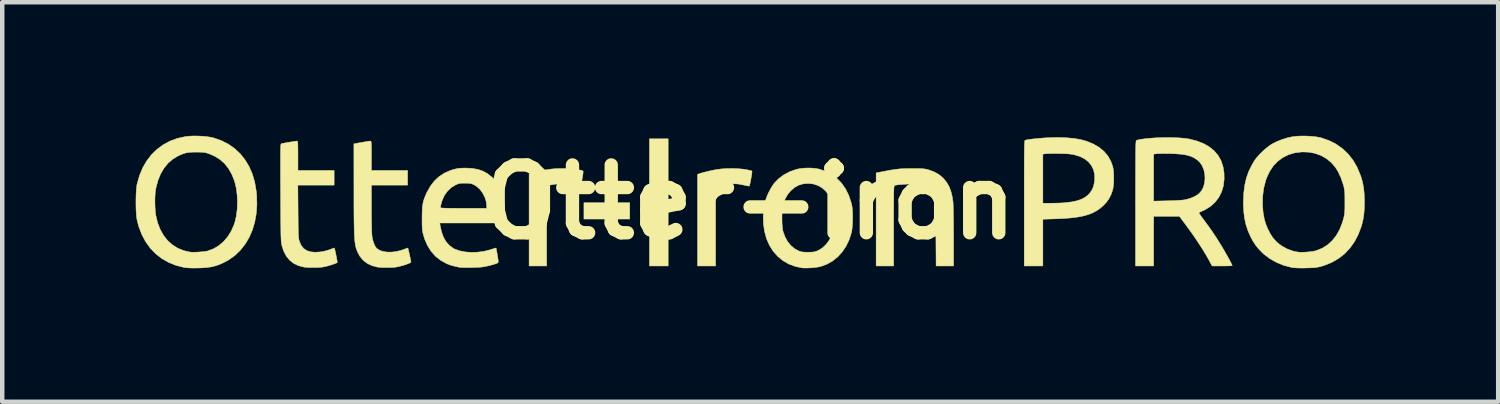
<source format=kicad_pcb>
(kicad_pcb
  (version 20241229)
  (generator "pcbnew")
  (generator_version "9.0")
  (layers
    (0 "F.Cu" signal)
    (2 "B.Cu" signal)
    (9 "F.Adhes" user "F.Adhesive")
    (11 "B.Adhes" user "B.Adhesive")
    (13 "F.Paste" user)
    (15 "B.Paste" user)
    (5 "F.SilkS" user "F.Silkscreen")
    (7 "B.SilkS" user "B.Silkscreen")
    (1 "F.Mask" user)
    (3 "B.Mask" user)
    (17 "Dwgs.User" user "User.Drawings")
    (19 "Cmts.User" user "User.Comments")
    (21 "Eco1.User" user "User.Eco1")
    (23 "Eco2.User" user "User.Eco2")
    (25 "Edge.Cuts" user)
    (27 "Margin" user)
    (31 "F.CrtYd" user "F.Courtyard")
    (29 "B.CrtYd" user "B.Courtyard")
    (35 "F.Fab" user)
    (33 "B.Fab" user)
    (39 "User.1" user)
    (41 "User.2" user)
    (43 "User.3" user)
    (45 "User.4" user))
  (footprint "Otter-iron"
    (layer "F.Cu")
    (at 13.805 1.491)
    (property "Reference" "Otter-iron" (at 0 0 0) (layer "F.SilkS") (effects (font (size 1.524 1.524) (thickness 0.3))))
    (attr through_hole)
    (fp_poly (pts (xy -2.705 0.381) (xy -3.734 0.381) (xy -3.734 0.013) (xy -2.705 0.013) (xy -2.705 0.381)) (stroke (width 0.01) (type solid)) (fill yes) (layer "F.SilkS"))
    (fp_poly (pts (xy -1.841 1.435) (xy -2.261 1.435) (xy -2.261 -1.422) (xy -1.841 -1.422) (xy -1.841 1.435)) (stroke (width 0.01) (type solid)) (fill yes) (layer "F.SilkS"))
    (fp_poly (pts (xy -4.137 -0.753) (xy -4.05 -0.748) (xy -3.967 -0.741) (xy -3.892 -0.732) (xy -3.828 -0.722) (xy -3.781 -0.711) (xy -3.755 -0.699) (xy -3.754 -0.698) (xy -3.752 -0.681) (xy -3.754 -0.644) (xy -3.762 -0.589) (xy -3.773 -0.524) (xy -3.786 -0.456) (xy -3.797 -0.409) (xy -3.809 -0.381) (xy -3.826 -0.367) (xy -3.854 -0.366) (xy -3.895 -0.375) (xy -3.95 -0.388) (xy -4.043 -0.403) (xy -4.15 -0.411) (xy -4.264 -0.411) (xy -4.372 -0.403) (xy -4.461 -0.389) (xy -4.572 -0.364) (xy -4.572 1.435) (xy -4.966 1.435) (xy -4.966 -0.632) (xy -4.816 -0.671) (xy -4.695 -0.702) (xy -4.589 -0.724) (xy -4.493 -0.739) (xy -4.397 -0.749) (xy -4.294 -0.754) (xy -4.223 -0.754) (xy -4.137 -0.753)) (stroke (width 0.01) (type solid)) (fill yes) (layer "F.SilkS"))
    (fp_poly (pts (xy -0.269 -0.75) (xy -0.154 -0.74) (xy -0.102 -0.732) (xy -0.046 -0.721) (xy 0.001 -0.711) (xy 0.032 -0.702) (xy 0.042 -0.698) (xy 0.043 -0.684) (xy 0.04 -0.65) (xy 0.033 -0.604) (xy 0.024 -0.549) (xy 0.014 -0.492) (xy 0.003 -0.439) (xy -0.006 -0.396) (xy -0.014 -0.367) (xy -0.017 -0.36) (xy -0.031 -0.36) (xy -0.062 -0.366) (xy -0.097 -0.374) (xy -0.271 -0.407) (xy -0.447 -0.415) (xy -0.622 -0.397) (xy -0.678 -0.386) (xy -0.775 -0.364) (xy -0.775 1.435) (xy -1.181 1.435) (xy -1.181 -0.623) (xy -1.146 -0.636) (xy -1.102 -0.65) (xy -1.04 -0.668) (xy -0.966 -0.686) (xy -0.886 -0.705) (xy -0.808 -0.721) (xy -0.756 -0.731) (xy -0.648 -0.745) (xy -0.525 -0.753) (xy -0.396 -0.755) (xy -0.269 -0.75)) (stroke (width 0.01) (type solid)) (fill yes) (layer "F.SilkS"))
    (fp_poly (pts (xy 3.737 -0.754) (xy 3.808 -0.753) (xy 3.863 -0.751) (xy 3.907 -0.747) (xy 3.944 -0.741) (xy 3.98 -0.733) (xy 4.004 -0.727) (xy 4.13 -0.682) (xy 4.237 -0.623) (xy 4.33 -0.547) (xy 4.337 -0.54) (xy 4.41 -0.454) (xy 4.468 -0.356) (xy 4.512 -0.243) (xy 4.544 -0.113) (xy 4.559 -0.013) (xy 4.562 0.022) (xy 4.564 0.081) (xy 4.566 0.159) (xy 4.568 0.256) (xy 4.57 0.367) (xy 4.571 0.491) (xy 4.572 0.626) (xy 4.572 0.765) (xy 4.572 1.435) (xy 4.18 1.435) (xy 4.175 0.74) (xy 4.174 0.586) (xy 4.172 0.456) (xy 4.171 0.347) (xy 4.17 0.256) (xy 4.168 0.182) (xy 4.166 0.122) (xy 4.163 0.074) (xy 4.16 0.036) (xy 4.157 0.006) (xy 4.153 -0.02) (xy 4.148 -0.042) (xy 4.147 -0.044) (xy 4.112 -0.152) (xy 4.067 -0.238) (xy 4.01 -0.304) (xy 3.94 -0.353) (xy 3.9 -0.37) (xy 3.862 -0.383) (xy 3.819 -0.392) (xy 3.766 -0.399) (xy 3.696 -0.403) (xy 3.666 -0.404) (xy 3.592 -0.404) (xy 3.512 -0.403) (xy 3.433 -0.398) (xy 3.361 -0.393) (xy 3.3 -0.385) (xy 3.256 -0.377) (xy 3.246 -0.373) (xy 3.242 -0.37) (xy 3.239 -0.362) (xy 3.236 -0.347) (xy 3.233 -0.325) (xy 3.231 -0.292) (xy 3.23 -0.248) (xy 3.228 -0.19) (xy 3.228 -0.118) (xy 3.227 -0.029) (xy 3.226 0.079) (xy 3.226 0.207) (xy 3.226 0.357) (xy 3.226 0.531) (xy 3.226 1.435) (xy 2.832 1.435) (xy 2.832 -0.656) (xy 3.007 -0.69) (xy 3.117 -0.711) (xy 3.209 -0.727) (xy 3.29 -0.738) (xy 3.366 -0.746) (xy 3.446 -0.751) (xy 3.534 -0.753) (xy 3.639 -0.754) (xy 3.645 -0.754) (xy 3.737 -0.754)) (stroke (width 0.01) (type solid)) (fill yes) (layer "F.SilkS"))
    (fp_poly (pts (xy -8.525 -1.37) (xy -8.52 -1.364) (xy -8.516 -1.351) (xy -8.513 -1.328) (xy -8.511 -1.291) (xy -8.51 -1.239) (xy -8.509 -1.168) (xy -8.509 -1.075) (xy -8.509 -1.041) (xy -8.509 -0.711) (xy -7.696 -0.711) (xy -7.696 -0.381) (xy -8.509 -0.381) (xy -8.509 0.137) (xy -8.509 0.256) (xy -8.508 0.371) (xy -8.506 0.478) (xy -8.504 0.574) (xy -8.502 0.654) (xy -8.499 0.717) (xy -8.496 0.758) (xy -8.496 0.762) (xy -8.481 0.843) (xy -8.458 0.919) (xy -8.43 0.984) (xy -8.398 1.031) (xy -8.39 1.04) (xy -8.329 1.081) (xy -8.251 1.109) (xy -8.158 1.123) (xy -8.057 1.124) (xy -7.949 1.111) (xy -7.841 1.085) (xy -7.788 1.066) (xy -7.743 1.049) (xy -7.709 1.037) (xy -7.691 1.032) (xy -7.69 1.032) (xy -7.685 1.047) (xy -7.677 1.08) (xy -7.666 1.127) (xy -7.654 1.18) (xy -7.642 1.235) (xy -7.632 1.284) (xy -7.624 1.323) (xy -7.62 1.345) (xy -7.62 1.347) (xy -7.632 1.359) (xy -7.663 1.376) (xy -7.71 1.394) (xy -7.767 1.414) (xy -7.83 1.432) (xy -7.893 1.448) (xy -7.952 1.46) (xy -7.957 1.461) (xy -8.013 1.467) (xy -8.087 1.47) (xy -8.168 1.471) (xy -8.25 1.47) (xy -8.322 1.466) (xy -8.376 1.46) (xy -8.498 1.428) (xy -8.605 1.376) (xy -8.696 1.305) (xy -8.77 1.215) (xy -8.812 1.138) (xy -8.827 1.105) (xy -8.84 1.073) (xy -8.852 1.038) (xy -8.862 1.001) (xy -8.871 0.958) (xy -8.878 0.909) (xy -8.884 0.852) (xy -8.889 0.784) (xy -8.893 0.705) (xy -8.896 0.612) (xy -8.898 0.504) (xy -8.9 0.379) (xy -8.901 0.235) (xy -8.902 0.071) (xy -8.902 -0.115) (xy -8.902 -0.308) (xy -8.903 -1.308) (xy -8.874 -1.314) (xy -8.84 -1.321) (xy -8.792 -1.33) (xy -8.734 -1.34) (xy -8.675 -1.35) (xy -8.618 -1.36) (xy -8.571 -1.367) (xy -8.54 -1.371) (xy -8.532 -1.372) (xy -8.525 -1.37)) (stroke (width 0.01) (type solid)) (fill yes) (layer "F.SilkS"))
    (fp_poly (pts (xy 7.102 -1.446) (xy 7.279 -1.43) (xy 7.436 -1.403) (xy 7.564 -1.367) (xy 7.714 -1.305) (xy 7.843 -1.23) (xy 7.952 -1.14) (xy 8.039 -1.037) (xy 8.106 -0.918) (xy 8.149 -0.799) (xy 8.161 -0.735) (xy 8.169 -0.654) (xy 8.172 -0.563) (xy 8.171 -0.47) (xy 8.166 -0.382) (xy 8.155 -0.308) (xy 8.149 -0.279) (xy 8.113 -0.173) (xy 8.068 -0.083) (xy 8.009 0.001) (xy 7.945 0.07) (xy 7.87 0.136) (xy 7.789 0.193) (xy 7.699 0.241) (xy 7.598 0.281) (xy 7.484 0.313) (xy 7.354 0.337) (xy 7.205 0.356) (xy 7.036 0.369) (xy 6.868 0.376) (xy 6.579 0.385) (xy 6.579 1.435) (xy 6.16 1.435) (xy 6.16 0.027) (xy 6.16 -0.195) (xy 6.16 -0.392) (xy 6.16 -0.567) (xy 6.16 -0.721) (xy 6.161 -0.854) (xy 6.161 -0.969) (xy 6.162 -1.067) (xy 6.162 -1.076) (xy 6.579 -1.076) (xy 6.579 0.025) (xy 6.766 0.025) (xy 6.848 0.024) (xy 6.936 0.022) (xy 7.019 0.018) (xy 7.089 0.013) (xy 7.093 0.012) (xy 7.231 -0.005) (xy 7.347 -0.03) (xy 7.444 -0.063) (xy 7.525 -0.106) (xy 7.593 -0.159) (xy 7.618 -0.184) (xy 7.676 -0.261) (xy 7.715 -0.346) (xy 7.737 -0.446) (xy 7.743 -0.501) (xy 7.741 -0.621) (xy 7.716 -0.728) (xy 7.67 -0.823) (xy 7.603 -0.905) (xy 7.516 -0.972) (xy 7.409 -1.026) (xy 7.282 -1.064) (xy 7.195 -1.079) (xy 7.152 -1.083) (xy 7.091 -1.087) (xy 7.019 -1.089) (xy 6.939 -1.091) (xy 6.858 -1.092) (xy 6.78 -1.092) (xy 6.711 -1.09) (xy 6.657 -1.088) (xy 6.621 -1.085) (xy 6.618 -1.084) (xy 6.579 -1.076) (xy 6.162 -1.076) (xy 6.163 -1.148) (xy 6.164 -1.215) (xy 6.165 -1.269) (xy 6.167 -1.311) (xy 6.169 -1.342) (xy 6.171 -1.364) (xy 6.173 -1.379) (xy 6.176 -1.386) (xy 6.178 -1.389) (xy 6.209 -1.397) (xy 6.261 -1.406) (xy 6.33 -1.415) (xy 6.41 -1.424) (xy 6.497 -1.432) (xy 6.588 -1.44) (xy 6.676 -1.445) (xy 6.693 -1.446) (xy 6.906 -1.452) (xy 7.102 -1.446)) (stroke (width 0.01) (type solid)) (fill yes) (layer "F.SilkS"))
    (fp_poly (pts (xy -10.174 -1.37) (xy -10.17 -1.362) (xy -10.166 -1.345) (xy -10.163 -1.316) (xy -10.162 -1.274) (xy -10.161 -1.214) (xy -10.16 -1.134) (xy -10.16 -1.041) (xy -10.16 -0.711) (xy -9.347 -0.711) (xy -9.347 -0.381) (xy -10.162 -0.381) (xy -10.157 0.213) (xy -10.156 0.351) (xy -10.155 0.467) (xy -10.154 0.562) (xy -10.152 0.639) (xy -10.151 0.701) (xy -10.148 0.749) (xy -10.146 0.788) (xy -10.142 0.817) (xy -10.138 0.842) (xy -10.133 0.863) (xy -10.127 0.884) (xy -10.123 0.893) (xy -10.085 0.977) (xy -10.032 1.042) (xy -9.964 1.089) (xy -9.879 1.117) (xy -9.777 1.127) (xy -9.657 1.12) (xy -9.646 1.118) (xy -9.579 1.106) (xy -9.507 1.088) (xy -9.444 1.068) (xy -9.44 1.066) (xy -9.395 1.049) (xy -9.361 1.036) (xy -9.343 1.031) (xy -9.341 1.031) (xy -9.336 1.048) (xy -9.327 1.084) (xy -9.316 1.132) (xy -9.305 1.186) (xy -9.294 1.242) (xy -9.285 1.292) (xy -9.279 1.332) (xy -9.276 1.355) (xy -9.277 1.358) (xy -9.293 1.368) (xy -9.328 1.383) (xy -9.377 1.4) (xy -9.434 1.418) (xy -9.494 1.435) (xy -9.55 1.449) (xy -9.599 1.459) (xy -9.603 1.46) (xy -9.662 1.466) (xy -9.737 1.47) (xy -9.82 1.471) (xy -9.903 1.47) (xy -9.976 1.466) (xy -10.027 1.46) (xy -10.15 1.428) (xy -10.256 1.377) (xy -10.347 1.306) (xy -10.421 1.215) (xy -10.479 1.105) (xy -10.521 0.975) (xy -10.523 0.965) (xy -10.527 0.946) (xy -10.531 0.925) (xy -10.534 0.899) (xy -10.537 0.867) (xy -10.539 0.827) (xy -10.541 0.778) (xy -10.543 0.717) (xy -10.544 0.643) (xy -10.545 0.555) (xy -10.546 0.45) (xy -10.547 0.327) (xy -10.548 0.184) (xy -10.549 0.02) (xy -10.55 -0.168) (xy -10.55 -0.218) (xy -10.551 -0.409) (xy -10.552 -0.577) (xy -10.552 -0.722) (xy -10.552 -0.847) (xy -10.552 -0.953) (xy -10.552 -1.041) (xy -10.552 -1.114) (xy -10.551 -1.172) (xy -10.55 -1.217) (xy -10.548 -1.251) (xy -10.546 -1.276) (xy -10.543 -1.293) (xy -10.541 -1.304) (xy -10.537 -1.31) (xy -10.533 -1.312) (xy -10.532 -1.313) (xy -10.509 -1.318) (xy -10.468 -1.326) (xy -10.414 -1.336) (xy -10.355 -1.346) (xy -10.296 -1.355) (xy -10.243 -1.364) (xy -10.203 -1.369) (xy -10.181 -1.372) (xy -10.181 -1.372) (xy -10.174 -1.37)) (stroke (width 0.01) (type solid)) (fill yes) (layer "F.SilkS"))
    (fp_poly (pts (xy 1.448 -0.759) (xy 1.536 -0.745) (xy 1.543 -0.743) (xy 1.694 -0.693) (xy 1.831 -0.622) (xy 1.952 -0.532) (xy 2.058 -0.422) (xy 2.147 -0.294) (xy 2.218 -0.148) (xy 2.272 0.015) (xy 2.283 0.056) (xy 2.295 0.129) (xy 2.302 0.22) (xy 2.305 0.322) (xy 2.304 0.428) (xy 2.298 0.53) (xy 2.289 0.621) (xy 2.275 0.692) (xy 2.226 0.847) (xy 2.157 0.99) (xy 2.072 1.117) (xy 1.971 1.229) (xy 1.856 1.321) (xy 1.729 1.394) (xy 1.592 1.445) (xy 1.577 1.449) (xy 1.516 1.461) (xy 1.441 1.471) (xy 1.359 1.478) (xy 1.279 1.481) (xy 1.209 1.481) (xy 1.168 1.478) (xy 1.012 1.445) (xy 0.867 1.39) (xy 0.736 1.314) (xy 0.619 1.218) (xy 0.518 1.103) (xy 0.435 0.971) (xy 0.369 0.823) (xy 0.367 0.816) (xy 0.325 0.661) (xy 0.301 0.495) (xy 0.297 0.38) (xy 0.716 0.38) (xy 0.718 0.473) (xy 0.724 0.558) (xy 0.733 0.628) (xy 0.74 0.658) (xy 0.784 0.781) (xy 0.843 0.888) (xy 0.917 0.978) (xy 1.002 1.049) (xy 1.097 1.1) (xy 1.152 1.117) (xy 1.186 1.122) (xy 1.237 1.125) (xy 1.296 1.127) (xy 1.327 1.126) (xy 1.39 1.124) (xy 1.436 1.119) (xy 1.474 1.11) (xy 1.513 1.095) (xy 1.537 1.084) (xy 1.627 1.028) (xy 1.708 0.952) (xy 1.777 0.857) (xy 1.832 0.749) (xy 1.87 0.629) (xy 1.875 0.61) (xy 1.887 0.53) (xy 1.893 0.435) (xy 1.894 0.334) (xy 1.891 0.235) (xy 1.881 0.147) (xy 1.873 0.102) (xy 1.833 -0.029) (xy 1.778 -0.143) (xy 1.707 -0.239) (xy 1.623 -0.316) (xy 1.527 -0.372) (xy 1.421 -0.407) (xy 1.305 -0.419) (xy 1.302 -0.419) (xy 1.19 -0.409) (xy 1.091 -0.38) (xy 1.001 -0.33) (xy 0.919 -0.261) (xy 0.845 -0.174) (xy 0.789 -0.075) (xy 0.746 0.041) (xy 0.742 0.057) (xy 0.73 0.117) (xy 0.722 0.196) (xy 0.717 0.285) (xy 0.716 0.38) (xy 0.297 0.38) (xy 0.296 0.323) (xy 0.308 0.152) (xy 0.34 -0.012) (xy 0.344 -0.028) (xy 0.374 -0.118) (xy 0.417 -0.215) (xy 0.466 -0.309) (xy 0.519 -0.392) (xy 0.545 -0.427) (xy 0.641 -0.526) (xy 0.757 -0.612) (xy 0.888 -0.682) (xy 1.031 -0.733) (xy 1.048 -0.738) (xy 1.136 -0.755) (xy 1.239 -0.764) (xy 1.346 -0.766) (xy 1.448 -0.759)) (stroke (width 0.01) (type solid)) (fill yes) (layer "F.SilkS"))
    (fp_poly (pts (xy 9.53 -1.448) (xy 9.656 -1.442) (xy 9.77 -1.432) (xy 9.865 -1.418) (xy 9.875 -1.416) (xy 10.044 -1.372) (xy 10.193 -1.313) (xy 10.321 -1.239) (xy 10.429 -1.151) (xy 10.516 -1.048) (xy 10.582 -0.932) (xy 10.626 -0.802) (xy 10.65 -0.658) (xy 10.652 -0.509) (xy 10.634 -0.361) (xy 10.593 -0.226) (xy 10.531 -0.104) (xy 10.449 0.003) (xy 10.347 0.095) (xy 10.225 0.171) (xy 10.153 0.204) (xy 10.116 0.221) (xy 10.091 0.235) (xy 10.084 0.242) (xy 10.091 0.255) (xy 10.111 0.284) (xy 10.141 0.327) (xy 10.179 0.378) (xy 10.206 0.415) (xy 10.304 0.548) (xy 10.394 0.676) (xy 10.48 0.806) (xy 10.568 0.947) (xy 10.614 1.022) (xy 10.655 1.092) (xy 10.696 1.164) (xy 10.736 1.235) (xy 10.771 1.299) (xy 10.8 1.355) (xy 10.821 1.397) (xy 10.832 1.423) (xy 10.833 1.428) (xy 10.821 1.431) (xy 10.788 1.432) (xy 10.737 1.434) (xy 10.673 1.435) (xy 10.608 1.435) (xy 10.382 1.435) (xy 10.35 1.375) (xy 10.267 1.225) (xy 10.169 1.062) (xy 10.058 0.891) (xy 9.939 0.716) (xy 9.813 0.542) (xy 9.8 0.524) (xy 9.646 0.318) (xy 9.357 0.318) (xy 9.068 0.318) (xy 9.068 1.435) (xy 8.661 1.435) (xy 8.661 0.026) (xy 8.661 -0.193) (xy 8.661 -0.389) (xy 8.662 -0.562) (xy 8.662 -0.714) (xy 8.662 -0.846) (xy 8.663 -0.959) (xy 8.663 -1.056) (xy 8.663 -1.078) (xy 9.068 -1.078) (xy 9.068 -0.022) (xy 9.382 -0.029) (xy 9.518 -0.033) (xy 9.63 -0.039) (xy 9.716 -0.045) (xy 9.779 -0.054) (xy 9.791 -0.056) (xy 9.884 -0.082) (xy 9.973 -0.118) (xy 10.049 -0.16) (xy 10.087 -0.19) (xy 10.145 -0.256) (xy 10.187 -0.338) (xy 10.212 -0.43) (xy 10.222 -0.529) (xy 10.217 -0.628) (xy 10.196 -0.725) (xy 10.16 -0.814) (xy 10.109 -0.89) (xy 10.06 -0.938) (xy 9.998 -0.982) (xy 9.933 -1.016) (xy 9.859 -1.043) (xy 9.775 -1.063) (xy 9.675 -1.077) (xy 9.557 -1.085) (xy 9.459 -1.089) (xy 9.377 -1.09) (xy 9.298 -1.091) (xy 9.228 -1.09) (xy 9.173 -1.089) (xy 9.139 -1.087) (xy 9.068 -1.078) (xy 8.663 -1.078) (xy 8.664 -1.137) (xy 8.665 -1.203) (xy 8.666 -1.257) (xy 8.668 -1.299) (xy 8.669 -1.331) (xy 8.672 -1.354) (xy 8.674 -1.37) (xy 8.676 -1.381) (xy 8.68 -1.386) (xy 8.683 -1.389) (xy 8.684 -1.389) (xy 8.767 -1.408) (xy 8.871 -1.423) (xy 8.99 -1.435) (xy 9.121 -1.444) (xy 9.257 -1.449) (xy 9.395 -1.451) (xy 9.53 -1.448)) (stroke (width 0.01) (type solid)) (fill yes) (layer "F.SilkS"))
    (fp_poly (pts (xy -12.367 -1.483) (xy -12.256 -1.476) (xy -12.154 -1.463) (xy -12.068 -1.446) (xy -12.055 -1.443) (xy -11.882 -1.382) (xy -11.724 -1.302) (xy -11.582 -1.202) (xy -11.456 -1.085) (xy -11.348 -0.949) (xy -11.257 -0.797) (xy -11.184 -0.629) (xy -11.131 -0.446) (xy -11.097 -0.248) (xy -11.088 -0.162) (xy -11.082 0.051) (xy -11.096 0.253) (xy -11.13 0.445) (xy -11.183 0.625) (xy -11.255 0.791) (xy -11.344 0.942) (xy -11.451 1.078) (xy -11.574 1.197) (xy -11.713 1.297) (xy -11.843 1.366) (xy -11.934 1.406) (xy -12.021 1.435) (xy -12.108 1.456) (xy -12.204 1.47) (xy -12.314 1.478) (xy -12.402 1.481) (xy -12.517 1.482) (xy -12.609 1.479) (xy -12.681 1.474) (xy -12.721 1.468) (xy -12.902 1.422) (xy -13.069 1.354) (xy -13.221 1.267) (xy -13.358 1.16) (xy -13.478 1.035) (xy -13.582 0.891) (xy -13.668 0.73) (xy -13.736 0.552) (xy -13.775 0.404) (xy -13.785 0.342) (xy -13.793 0.26) (xy -13.798 0.164) (xy -13.8 0.06) (xy -13.8 -0.01) (xy -13.374 -0.01) (xy -13.372 0.088) (xy -13.367 0.179) (xy -13.36 0.258) (xy -13.355 0.292) (xy -13.315 0.46) (xy -13.257 0.611) (xy -13.183 0.745) (xy -13.093 0.86) (xy -12.987 0.956) (xy -12.867 1.033) (xy -12.732 1.089) (xy -12.592 1.122) (xy -12.549 1.126) (xy -12.488 1.126) (xy -12.418 1.124) (xy -12.344 1.119) (xy -12.276 1.113) (xy -12.22 1.105) (xy -12.192 1.099) (xy -12.06 1.05) (xy -11.939 0.979) (xy -11.831 0.887) (xy -11.736 0.776) (xy -11.657 0.648) (xy -11.594 0.504) (xy -11.575 0.445) (xy -11.543 0.306) (xy -11.525 0.154) (xy -11.519 -0.005) (xy -11.527 -0.164) (xy -11.547 -0.317) (xy -11.58 -0.455) (xy -11.584 -0.47) (xy -11.645 -0.623) (xy -11.721 -0.756) (xy -11.813 -0.87) (xy -11.921 -0.964) (xy -12.046 -1.04) (xy -12.16 -1.087) (xy -12.204 -1.102) (xy -12.243 -1.112) (xy -12.282 -1.118) (xy -12.33 -1.121) (xy -12.392 -1.123) (xy -12.44 -1.123) (xy -12.534 -1.122) (xy -12.611 -1.116) (xy -12.677 -1.105) (xy -12.741 -1.086) (xy -12.81 -1.057) (xy -12.859 -1.035) (xy -12.976 -0.964) (xy -13.08 -0.873) (xy -13.17 -0.762) (xy -13.246 -0.633) (xy -13.306 -0.486) (xy -13.349 -0.324) (xy -13.361 -0.257) (xy -13.368 -0.189) (xy -13.373 -0.104) (xy -13.374 -0.01) (xy -13.8 -0.01) (xy -13.8 -0.048) (xy -13.798 -0.153) (xy -13.793 -0.25) (xy -13.786 -0.334) (xy -13.777 -0.398) (xy -13.775 -0.404) (xy -13.722 -0.592) (xy -13.651 -0.765) (xy -13.561 -0.922) (xy -13.454 -1.062) (xy -13.33 -1.183) (xy -13.192 -1.286) (xy -13.039 -1.369) (xy -12.872 -1.431) (xy -12.693 -1.471) (xy -12.676 -1.474) (xy -12.585 -1.483) (xy -12.479 -1.486) (xy -12.367 -1.483)) (stroke (width 0.01) (type solid)) (fill yes) (layer "F.SilkS"))
    (fp_poly (pts (xy -6.243 -0.757) (xy -6.115 -0.734) (xy -6.002 -0.695) (xy -5.899 -0.638) (xy -5.803 -0.561) (xy -5.794 -0.554) (xy -5.711 -0.462) (xy -5.644 -0.361) (xy -5.592 -0.245) (xy -5.551 -0.11) (xy -5.542 -0.071) (xy -5.533 -0.02) (xy -5.525 0.047) (xy -5.518 0.124) (xy -5.512 0.203) (xy -5.508 0.28) (xy -5.506 0.348) (xy -5.507 0.4) (xy -5.508 0.42) (xy -5.515 0.47) (xy -6.973 0.47) (xy -6.965 0.524) (xy -6.935 0.665) (xy -6.89 0.788) (xy -6.83 0.892) (xy -6.756 0.976) (xy -6.667 1.04) (xy -6.638 1.055) (xy -6.527 1.095) (xy -6.401 1.12) (xy -6.264 1.13) (xy -6.121 1.125) (xy -5.978 1.106) (xy -5.84 1.071) (xy -5.824 1.066) (xy -5.775 1.05) (xy -5.736 1.038) (xy -5.713 1.032) (xy -5.708 1.032) (xy -5.705 1.045) (xy -5.699 1.078) (xy -5.69 1.127) (xy -5.68 1.186) (xy -5.679 1.194) (xy -5.668 1.26) (xy -5.661 1.306) (xy -5.659 1.335) (xy -5.661 1.353) (xy -5.667 1.364) (xy -5.672 1.367) (xy -5.696 1.379) (xy -5.739 1.393) (xy -5.796 1.41) (xy -5.862 1.427) (xy -5.931 1.443) (xy -5.994 1.455) (xy -6.035 1.46) (xy -6.094 1.465) (xy -6.165 1.468) (xy -6.243 1.47) (xy -6.322 1.472) (xy -6.396 1.472) (xy -6.461 1.471) (xy -6.51 1.468) (xy -6.534 1.465) (xy -6.642 1.441) (xy -6.729 1.417) (xy -6.8 1.391) (xy -6.816 1.384) (xy -6.951 1.31) (xy -7.068 1.218) (xy -7.167 1.107) (xy -7.248 0.979) (xy -7.312 0.833) (xy -7.344 0.727) (xy -7.354 0.685) (xy -7.361 0.646) (xy -7.366 0.604) (xy -7.369 0.554) (xy -7.371 0.492) (xy -7.371 0.412) (xy -7.371 0.356) (xy -7.37 0.243) (xy -7.366 0.149) (xy -7.363 0.125) (xy -6.96 0.125) (xy -6.953 0.129) (xy -6.933 0.132) (xy -6.897 0.134) (xy -6.844 0.137) (xy -6.772 0.138) (xy -6.68 0.139) (xy -6.565 0.14) (xy -6.439 0.14) (xy -5.918 0.14) (xy -5.918 0.096) (xy -5.929 -0.007) (xy -5.96 -0.108) (xy -6.009 -0.203) (xy -6.071 -0.287) (xy -6.146 -0.354) (xy -6.21 -0.393) (xy -6.247 -0.408) (xy -6.282 -0.418) (xy -6.322 -0.423) (xy -6.377 -0.425) (xy -6.407 -0.425) (xy -6.468 -0.425) (xy -6.512 -0.422) (xy -6.548 -0.414) (xy -6.584 -0.401) (xy -6.62 -0.385) (xy -6.717 -0.325) (xy -6.801 -0.245) (xy -6.87 -0.148) (xy -6.92 -0.037) (xy -6.939 0.026) (xy -6.95 0.071) (xy -6.957 0.106) (xy -6.96 0.125) (xy -7.363 0.125) (xy -7.358 0.071) (xy -7.346 0.002) (xy -7.327 -0.063) (xy -7.302 -0.129) (xy -7.27 -0.202) (xy -7.264 -0.215) (xy -7.185 -0.356) (xy -7.094 -0.475) (xy -6.989 -0.573) (xy -6.868 -0.652) (xy -6.732 -0.712) (xy -6.647 -0.738) (xy -6.588 -0.751) (xy -6.528 -0.76) (xy -6.458 -0.764) (xy -6.388 -0.765) (xy -6.243 -0.757)) (stroke (width 0.01) (type solid)) (fill yes) (layer "F.SilkS"))
    (fp_poly (pts (xy 12.505 -1.484) (xy 12.621 -1.477) (xy 12.729 -1.465) (xy 12.821 -1.447) (xy 12.837 -1.443) (xy 13.011 -1.382) (xy 13.169 -1.302) (xy 13.311 -1.201) (xy 13.437 -1.082) (xy 13.546 -0.944) (xy 13.638 -0.787) (xy 13.712 -0.612) (xy 13.734 -0.548) (xy 13.764 -0.439) (xy 13.785 -0.326) (xy 13.798 -0.204) (xy 13.804 -0.067) (xy 13.805 0) (xy 13.802 0.146) (xy 13.792 0.274) (xy 13.774 0.389) (xy 13.748 0.5) (xy 13.734 0.548) (xy 13.665 0.73) (xy 13.579 0.893) (xy 13.476 1.037) (xy 13.357 1.163) (xy 13.22 1.269) (xy 13.067 1.357) (xy 12.899 1.424) (xy 12.837 1.443) (xy 12.79 1.455) (xy 12.746 1.464) (xy 12.7 1.471) (xy 12.647 1.475) (xy 12.579 1.478) (xy 12.492 1.48) (xy 12.49 1.481) (xy 12.382 1.482) (xy 12.295 1.48) (xy 12.225 1.475) (xy 12.168 1.467) (xy 12.165 1.467) (xy 11.994 1.423) (xy 11.831 1.357) (xy 11.68 1.272) (xy 11.545 1.17) (xy 11.516 1.144) (xy 11.43 1.056) (xy 11.358 0.967) (xy 11.294 0.867) (xy 11.248 0.781) (xy 11.189 0.647) (xy 11.144 0.512) (xy 11.112 0.371) (xy 11.093 0.218) (xy 11.085 0.051) (xy 11.513 0.051) (xy 11.528 0.236) (xy 11.557 0.393) (xy 11.588 0.494) (xy 11.632 0.601) (xy 11.685 0.705) (xy 11.742 0.794) (xy 11.753 0.809) (xy 11.841 0.906) (xy 11.949 0.988) (xy 12.071 1.054) (xy 12.205 1.102) (xy 12.3 1.122) (xy 12.356 1.127) (xy 12.429 1.127) (xy 12.509 1.123) (xy 12.59 1.115) (xy 12.662 1.105) (xy 12.718 1.092) (xy 12.719 1.092) (xy 12.854 1.038) (xy 12.975 0.962) (xy 13.081 0.866) (xy 13.173 0.75) (xy 13.249 0.614) (xy 13.31 0.458) (xy 13.331 0.387) (xy 13.343 0.342) (xy 13.351 0.303) (xy 13.357 0.264) (xy 13.361 0.221) (xy 13.364 0.168) (xy 13.365 0.101) (xy 13.365 0.014) (xy 13.365 0) (xy 13.365 -0.09) (xy 13.364 -0.16) (xy 13.362 -0.214) (xy 13.358 -0.258) (xy 13.352 -0.297) (xy 13.344 -0.336) (xy 13.333 -0.38) (xy 13.331 -0.387) (xy 13.277 -0.548) (xy 13.207 -0.694) (xy 13.151 -0.782) (xy 13.059 -0.889) (xy 12.952 -0.977) (xy 12.83 -1.046) (xy 12.696 -1.095) (xy 12.553 -1.122) (xy 12.402 -1.127) (xy 12.389 -1.126) (xy 12.236 -1.106) (xy 12.096 -1.064) (xy 11.969 -1.001) (xy 11.856 -0.917) (xy 11.757 -0.813) (xy 11.674 -0.689) (xy 11.607 -0.546) (xy 11.585 -0.483) (xy 11.542 -0.314) (xy 11.518 -0.134) (xy 11.513 0.051) (xy 11.085 0.051) (xy 11.085 0.049) (xy 11.084 0) (xy 11.092 -0.196) (xy 11.114 -0.375) (xy 11.152 -0.54) (xy 11.207 -0.695) (xy 11.281 -0.844) (xy 11.337 -0.938) (xy 11.383 -0.999) (xy 11.445 -1.068) (xy 11.516 -1.139) (xy 11.591 -1.206) (xy 11.664 -1.263) (xy 11.717 -1.299) (xy 11.827 -1.356) (xy 11.951 -1.406) (xy 12.08 -1.446) (xy 12.183 -1.468) (xy 12.279 -1.48) (xy 12.389 -1.485) (xy 12.505 -1.484)) (stroke (width 0.01) (type solid)) (fill yes) (layer "F.SilkS")))
  (gr_rect
    (start -3 -3)
    (end 30.615 5.977)
    (stroke (width 0.1) (type default))
    (fill no)
    (layer "Edge.Cuts")))
</source>
